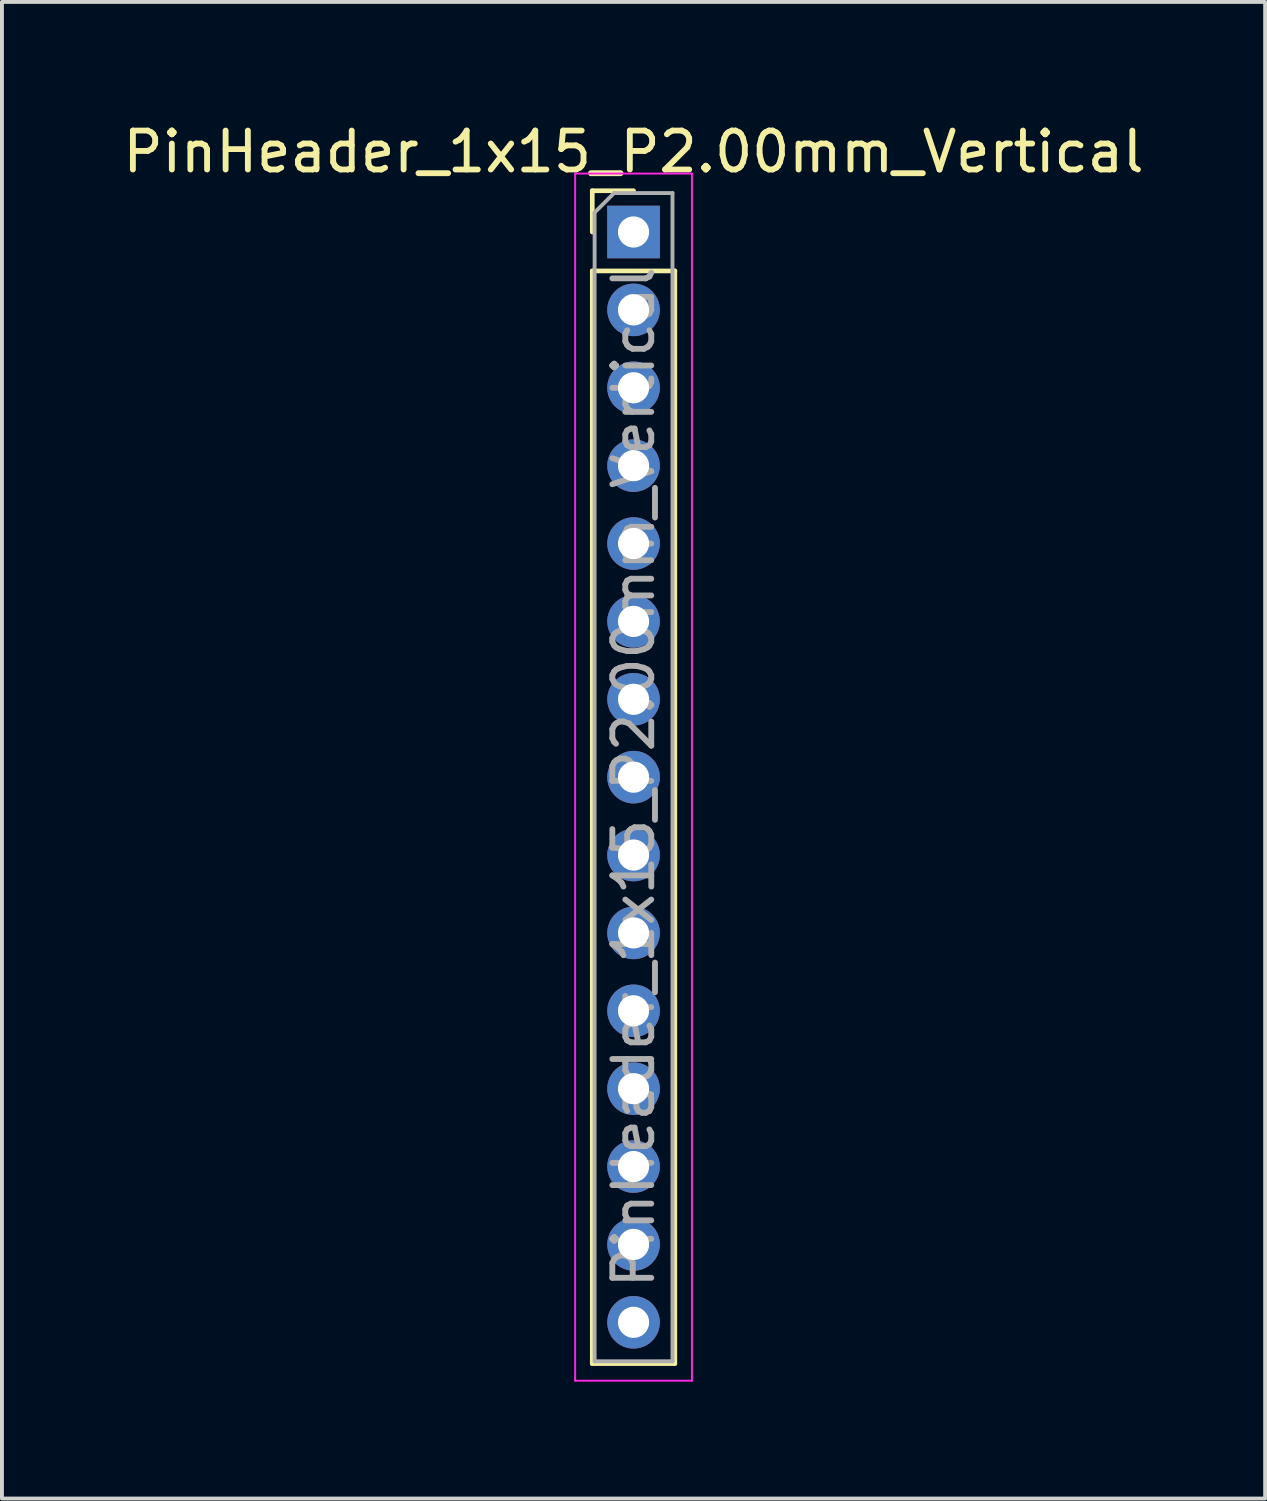
<source format=kicad_pcb>
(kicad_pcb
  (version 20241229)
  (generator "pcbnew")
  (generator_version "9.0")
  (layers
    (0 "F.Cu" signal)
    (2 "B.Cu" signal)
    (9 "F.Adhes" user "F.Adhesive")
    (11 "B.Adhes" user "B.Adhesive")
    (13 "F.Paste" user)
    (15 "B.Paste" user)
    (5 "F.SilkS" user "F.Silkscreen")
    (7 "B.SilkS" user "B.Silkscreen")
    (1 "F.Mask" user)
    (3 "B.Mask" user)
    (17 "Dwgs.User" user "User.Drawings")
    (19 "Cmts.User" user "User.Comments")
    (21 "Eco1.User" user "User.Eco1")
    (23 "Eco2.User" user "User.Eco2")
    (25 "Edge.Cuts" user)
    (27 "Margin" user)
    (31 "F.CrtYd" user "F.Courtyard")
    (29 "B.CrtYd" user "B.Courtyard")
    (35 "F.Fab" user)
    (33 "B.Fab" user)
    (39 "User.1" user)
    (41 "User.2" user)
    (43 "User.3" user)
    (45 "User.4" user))
  (footprint "PinHeader_1x15_P2.00mm_Vertical"
    (layer "F.Cu")
    (at 13.22 2.908)
    (property "Reference" "PinHeader_1x15_P2.00mm_Vertical" (at 0 -2.06 0) (layer "F.SilkS") (effects (font (size 1 1) (thickness 0.15))))
    (attr through_hole)
    (fp_line (start -1.06 -1.06) (end 0 -1.06) (stroke (width 0.12) (type solid)) (layer "F.SilkS"))
    (fp_line (start -1.06 0) (end -1.06 -1.06) (stroke (width 0.12) (type solid)) (layer "F.SilkS"))
    (fp_line (start -1.06 1) (end -1.06 29.06) (stroke (width 0.12) (type solid)) (layer "F.SilkS"))
    (fp_line (start -1.06 1) (end 1.06 1) (stroke (width 0.12) (type solid)) (layer "F.SilkS"))
    (fp_line (start -1.06 29.06) (end 1.06 29.06) (stroke (width 0.12) (type solid)) (layer "F.SilkS"))
    (fp_line (start 1.06 1) (end 1.06 29.06) (stroke (width 0.12) (type solid)) (layer "F.SilkS"))
    (fp_line (start -1.5 -1.5) (end -1.5 29.5) (stroke (width 0.05) (type solid)) (layer "F.CrtYd"))
    (fp_line (start -1.5 29.5) (end 1.5 29.5) (stroke (width 0.05) (type solid)) (layer "F.CrtYd"))
    (fp_line (start 1.5 -1.5) (end -1.5 -1.5) (stroke (width 0.05) (type solid)) (layer "F.CrtYd"))
    (fp_line (start 1.5 29.5) (end 1.5 -1.5) (stroke (width 0.05) (type solid)) (layer "F.CrtYd"))
    (fp_line (start -1 -0.5) (end -0.5 -1) (stroke (width 0.1) (type solid)) (layer "F.Fab"))
    (fp_line (start -1 29) (end -1 -0.5) (stroke (width 0.1) (type solid)) (layer "F.Fab"))
    (fp_line (start -0.5 -1) (end 1 -1) (stroke (width 0.1) (type solid)) (layer "F.Fab"))
    (fp_line (start 1 -1) (end 1 29) (stroke (width 0.1) (type solid)) (layer "F.Fab"))
    (fp_line (start 1 29) (end -1 29) (stroke (width 0.1) (type solid)) (layer "F.Fab"))
    (fp_text user "${REFERENCE}" (at 0 14 90) (layer "F.Fab") (effects (font (size 1 1) (thickness 0.15))))
    (pad "1" thru_hole rect (at 0 0) (size 1.35 1.35) (drill 0.8) (layers "*.Cu" "*.Mask"))
    (pad "2" thru_hole oval (at 0 2) (size 1.35 1.35) (drill 0.8) (layers "*.Cu" "*.Mask"))
    (pad "3" thru_hole oval (at 0 4) (size 1.35 1.35) (drill 0.8) (layers "*.Cu" "*.Mask"))
    (pad "4" thru_hole oval (at 0 6) (size 1.35 1.35) (drill 0.8) (layers "*.Cu" "*.Mask"))
    (pad "5" thru_hole oval (at 0 8) (size 1.35 1.35) (drill 0.8) (layers "*.Cu" "*.Mask"))
    (pad "6" thru_hole oval (at 0 10) (size 1.35 1.35) (drill 0.8) (layers "*.Cu" "*.Mask"))
    (pad "7" thru_hole oval (at 0 12) (size 1.35 1.35) (drill 0.8) (layers "*.Cu" "*.Mask"))
    (pad "8" thru_hole oval (at 0 14) (size 1.35 1.35) (drill 0.8) (layers "*.Cu" "*.Mask"))
    (pad "9" thru_hole oval (at 0 16) (size 1.35 1.35) (drill 0.8) (layers "*.Cu" "*.Mask"))
    (pad "10" thru_hole oval (at 0 18) (size 1.35 1.35) (drill 0.8) (layers "*.Cu" "*.Mask"))
    (pad "11" thru_hole oval (at 0 20) (size 1.35 1.35) (drill 0.8) (layers "*.Cu" "*.Mask"))
    (pad "12" thru_hole oval (at 0 22) (size 1.35 1.35) (drill 0.8) (layers "*.Cu" "*.Mask"))
    (pad "13" thru_hole oval (at 0 24) (size 1.35 1.35) (drill 0.8) (layers "*.Cu" "*.Mask"))
    (pad "14" thru_hole oval (at 0 26) (size 1.35 1.35) (drill 0.8) (layers "*.Cu" "*.Mask"))
    (pad "15" thru_hole oval (at 0 28) (size 1.35 1.35) (drill 0.8) (layers "*.Cu" "*.Mask")))
  (gr_rect
    (start -3 -3)
    (end 29.44 35.433)
    (stroke (width 0.1) (type default))
    (fill no)
    (layer "Edge.Cuts")))
</source>
